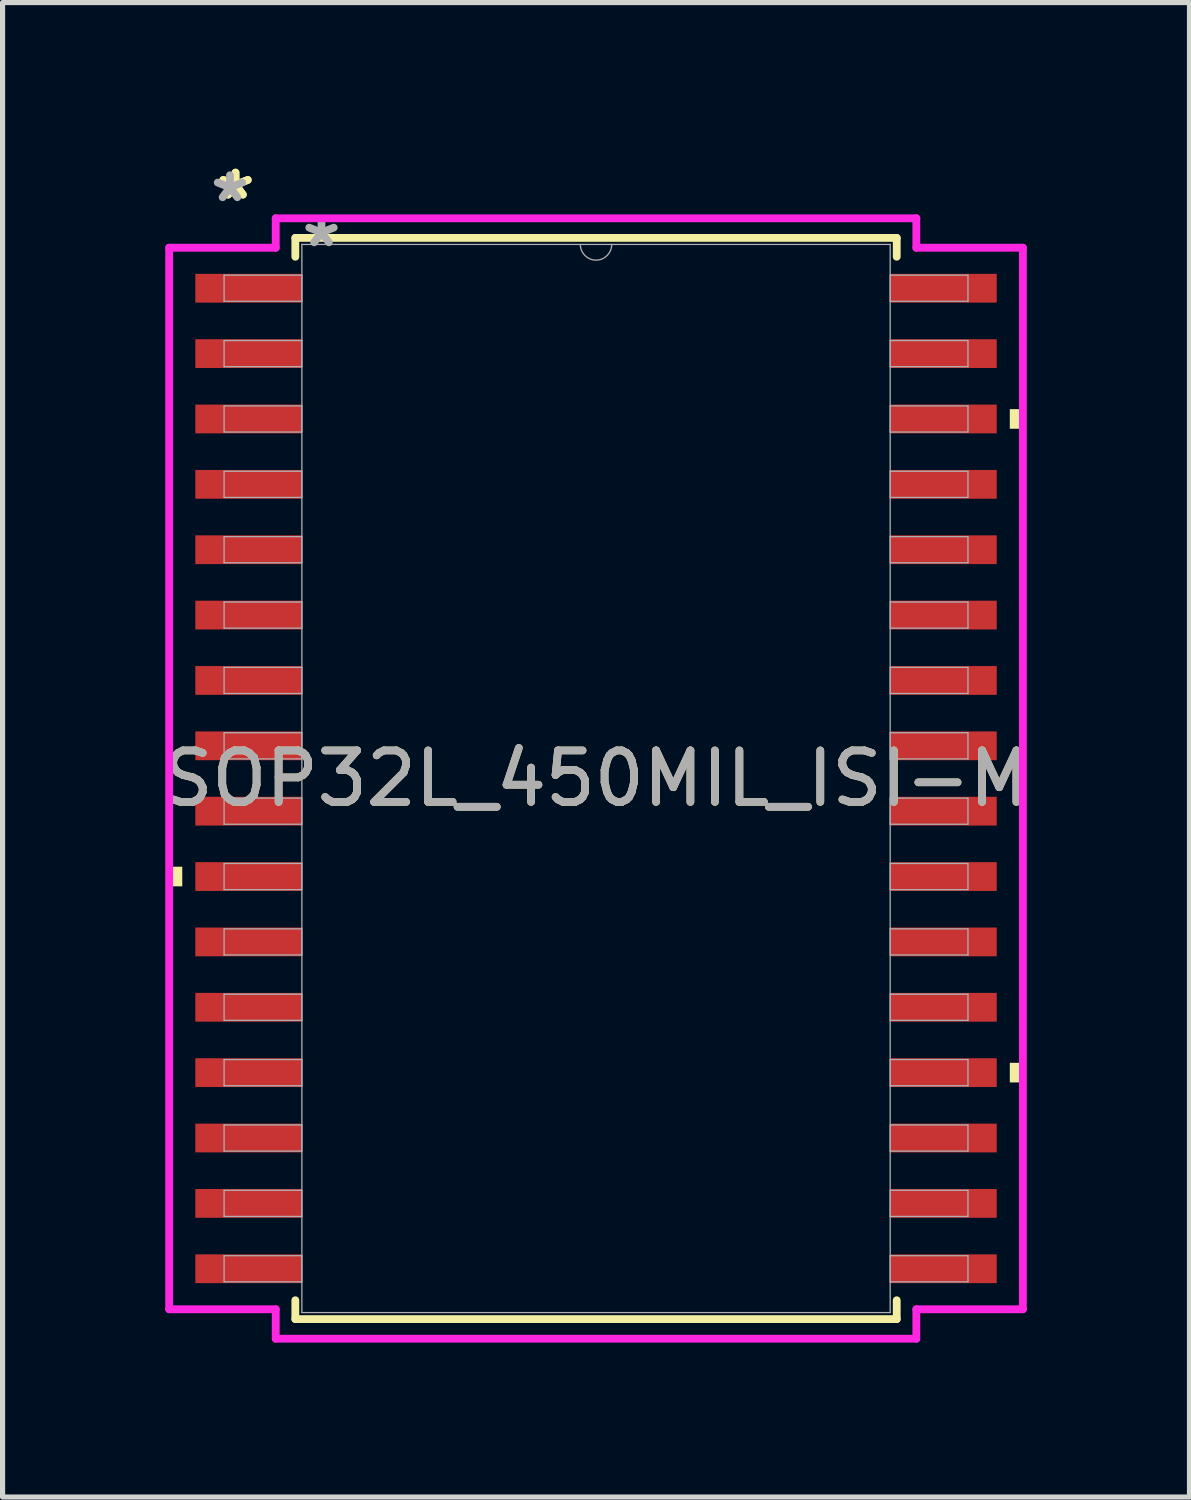
<source format=kicad_pcb>
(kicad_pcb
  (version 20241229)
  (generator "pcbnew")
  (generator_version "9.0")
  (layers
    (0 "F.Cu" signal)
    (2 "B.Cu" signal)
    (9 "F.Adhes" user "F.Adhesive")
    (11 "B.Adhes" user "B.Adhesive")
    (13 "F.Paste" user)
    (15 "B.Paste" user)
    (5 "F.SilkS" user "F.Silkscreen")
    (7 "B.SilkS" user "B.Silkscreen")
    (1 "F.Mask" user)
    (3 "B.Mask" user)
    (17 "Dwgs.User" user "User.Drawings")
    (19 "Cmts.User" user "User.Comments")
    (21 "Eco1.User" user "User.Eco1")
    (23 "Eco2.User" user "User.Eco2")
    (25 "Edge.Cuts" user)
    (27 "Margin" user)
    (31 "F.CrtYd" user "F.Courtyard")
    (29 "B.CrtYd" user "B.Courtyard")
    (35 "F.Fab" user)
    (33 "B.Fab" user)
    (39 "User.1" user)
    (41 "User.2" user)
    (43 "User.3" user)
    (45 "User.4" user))
  (footprint "SOP32L_450MIL_ISI-M"
    (layer "F.Cu")
    (at 8.53 12.075)
    (property "Reference" "SOP32L_450MIL_ISI-M" (at 0 0 0) (unlocked yes) (layer "F.SilkS") (effects (font (size 1 1) (thickness 0.15))))
    (attr smd)
    (fp_line (start -5.842 -10.503) (end -5.842 -10.137) (stroke (width 0.152) (type solid)) (layer "F.SilkS"))
    (fp_line (start -5.842 10.137) (end -5.842 10.503) (stroke (width 0.152) (type solid)) (layer "F.SilkS"))
    (fp_line (start -5.842 10.503) (end 5.842 10.503) (stroke (width 0.152) (type solid)) (layer "F.SilkS"))
    (fp_line (start 5.842 -10.503) (end -5.842 -10.503) (stroke (width 0.152) (type solid)) (layer "F.SilkS"))
    (fp_line (start 5.842 -10.137) (end 5.842 -10.503) (stroke (width 0.152) (type solid)) (layer "F.SilkS"))
    (fp_line (start 5.842 10.503) (end 5.842 10.137) (stroke (width 0.152) (type solid)) (layer "F.SilkS"))
    (fp_poly (pts (xy -8.293 1.714) (xy -8.293 2.095) (xy -8.039 2.095) (xy -8.039 1.714)) (stroke (width 0) (type solid)) (fill yes) (layer "F.SilkS"))
    (fp_poly (pts (xy 8.293 -7.176) (xy 8.293 -6.795) (xy 8.039 -6.795) (xy 8.039 -7.176)) (stroke (width 0) (type solid)) (fill yes) (layer "F.SilkS"))
    (fp_poly (pts (xy 8.293 5.524) (xy 8.293 5.905) (xy 8.039 5.905) (xy 8.039 5.524)) (stroke (width 0) (type solid)) (fill yes) (layer "F.SilkS"))
    (fp_line (start -8.293 -10.312) (end -6.223 -10.312) (stroke (width 0.152) (type solid)) (layer "F.CrtYd"))
    (fp_line (start -8.293 10.312) (end -8.293 -10.312) (stroke (width 0.152) (type solid)) (layer "F.CrtYd"))
    (fp_line (start -8.293 10.312) (end -6.223 10.312) (stroke (width 0.152) (type solid)) (layer "F.CrtYd"))
    (fp_line (start -6.223 -10.884) (end 6.223 -10.884) (stroke (width 0.152) (type solid)) (layer "F.CrtYd"))
    (fp_line (start -6.223 -10.312) (end -6.223 -10.884) (stroke (width 0.152) (type solid)) (layer "F.CrtYd"))
    (fp_line (start -6.223 10.884) (end -6.223 10.312) (stroke (width 0.152) (type solid)) (layer "F.CrtYd"))
    (fp_line (start 6.223 -10.884) (end 6.223 -10.312) (stroke (width 0.152) (type solid)) (layer "F.CrtYd"))
    (fp_line (start 6.223 10.312) (end 6.223 10.884) (stroke (width 0.152) (type solid)) (layer "F.CrtYd"))
    (fp_line (start 6.223 10.884) (end -6.223 10.884) (stroke (width 0.152) (type solid)) (layer "F.CrtYd"))
    (fp_line (start 8.293 -10.312) (end 6.223 -10.312) (stroke (width 0.152) (type solid)) (layer "F.CrtYd"))
    (fp_line (start 8.293 -10.312) (end 8.293 10.312) (stroke (width 0.152) (type solid)) (layer "F.CrtYd"))
    (fp_line (start 8.293 10.312) (end 6.223 10.312) (stroke (width 0.152) (type solid)) (layer "F.CrtYd"))
    (fp_line (start -7.226 -9.779) (end -7.226 -9.271) (stroke (width 0.025) (type solid)) (layer "F.Fab"))
    (fp_line (start -7.226 -9.271) (end -5.715 -9.271) (stroke (width 0.025) (type solid)) (layer "F.Fab"))
    (fp_line (start -7.226 -8.509) (end -7.226 -8.001) (stroke (width 0.025) (type solid)) (layer "F.Fab"))
    (fp_line (start -7.226 -8.001) (end -5.715 -8.001) (stroke (width 0.025) (type solid)) (layer "F.Fab"))
    (fp_line (start -7.226 -7.239) (end -7.226 -6.731) (stroke (width 0.025) (type solid)) (layer "F.Fab"))
    (fp_line (start -7.226 -6.731) (end -5.715 -6.731) (stroke (width 0.025) (type solid)) (layer "F.Fab"))
    (fp_line (start -7.226 -5.969) (end -7.226 -5.461) (stroke (width 0.025) (type solid)) (layer "F.Fab"))
    (fp_line (start -7.226 -5.461) (end -5.715 -5.461) (stroke (width 0.025) (type solid)) (layer "F.Fab"))
    (fp_line (start -7.226 -4.699) (end -7.226 -4.191) (stroke (width 0.025) (type solid)) (layer "F.Fab"))
    (fp_line (start -7.226 -4.191) (end -5.715 -4.191) (stroke (width 0.025) (type solid)) (layer "F.Fab"))
    (fp_line (start -7.226 -3.429) (end -7.226 -2.921) (stroke (width 0.025) (type solid)) (layer "F.Fab"))
    (fp_line (start -7.226 -2.921) (end -5.715 -2.921) (stroke (width 0.025) (type solid)) (layer "F.Fab"))
    (fp_line (start -7.226 -2.159) (end -7.226 -1.651) (stroke (width 0.025) (type solid)) (layer "F.Fab"))
    (fp_line (start -7.226 -1.651) (end -5.715 -1.651) (stroke (width 0.025) (type solid)) (layer "F.Fab"))
    (fp_line (start -7.226 -0.889) (end -7.226 -0.381) (stroke (width 0.025) (type solid)) (layer "F.Fab"))
    (fp_line (start -7.226 -0.381) (end -5.715 -0.381) (stroke (width 0.025) (type solid)) (layer "F.Fab"))
    (fp_line (start -7.226 0.381) (end -7.226 0.889) (stroke (width 0.025) (type solid)) (layer "F.Fab"))
    (fp_line (start -7.226 0.889) (end -5.715 0.889) (stroke (width 0.025) (type solid)) (layer "F.Fab"))
    (fp_line (start -7.226 1.651) (end -7.226 2.159) (stroke (width 0.025) (type solid)) (layer "F.Fab"))
    (fp_line (start -7.226 2.159) (end -5.715 2.159) (stroke (width 0.025) (type solid)) (layer "F.Fab"))
    (fp_line (start -7.226 2.921) (end -7.226 3.429) (stroke (width 0.025) (type solid)) (layer "F.Fab"))
    (fp_line (start -7.226 3.429) (end -5.715 3.429) (stroke (width 0.025) (type solid)) (layer "F.Fab"))
    (fp_line (start -7.226 4.191) (end -7.226 4.699) (stroke (width 0.025) (type solid)) (layer "F.Fab"))
    (fp_line (start -7.226 4.699) (end -5.715 4.699) (stroke (width 0.025) (type solid)) (layer "F.Fab"))
    (fp_line (start -7.226 5.461) (end -7.226 5.969) (stroke (width 0.025) (type solid)) (layer "F.Fab"))
    (fp_line (start -7.226 5.969) (end -5.715 5.969) (stroke (width 0.025) (type solid)) (layer "F.Fab"))
    (fp_line (start -7.226 6.731) (end -7.226 7.239) (stroke (width 0.025) (type solid)) (layer "F.Fab"))
    (fp_line (start -7.226 7.239) (end -5.715 7.239) (stroke (width 0.025) (type solid)) (layer "F.Fab"))
    (fp_line (start -7.226 8.001) (end -7.226 8.509) (stroke (width 0.025) (type solid)) (layer "F.Fab"))
    (fp_line (start -7.226 8.509) (end -5.715 8.509) (stroke (width 0.025) (type solid)) (layer "F.Fab"))
    (fp_line (start -7.226 9.271) (end -7.226 9.779) (stroke (width 0.025) (type solid)) (layer "F.Fab"))
    (fp_line (start -7.226 9.779) (end -5.715 9.779) (stroke (width 0.025) (type solid)) (layer "F.Fab"))
    (fp_line (start -5.715 -10.376) (end -5.715 10.376) (stroke (width 0.025) (type solid)) (layer "F.Fab"))
    (fp_line (start -5.715 -9.779) (end -7.226 -9.779) (stroke (width 0.025) (type solid)) (layer "F.Fab"))
    (fp_line (start -5.715 -9.271) (end -5.715 -9.779) (stroke (width 0.025) (type solid)) (layer "F.Fab"))
    (fp_line (start -5.715 -8.509) (end -7.226 -8.509) (stroke (width 0.025) (type solid)) (layer "F.Fab"))
    (fp_line (start -5.715 -8.001) (end -5.715 -8.509) (stroke (width 0.025) (type solid)) (layer "F.Fab"))
    (fp_line (start -5.715 -7.239) (end -7.226 -7.239) (stroke (width 0.025) (type solid)) (layer "F.Fab"))
    (fp_line (start -5.715 -6.731) (end -5.715 -7.239) (stroke (width 0.025) (type solid)) (layer "F.Fab"))
    (fp_line (start -5.715 -5.969) (end -7.226 -5.969) (stroke (width 0.025) (type solid)) (layer "F.Fab"))
    (fp_line (start -5.715 -5.461) (end -5.715 -5.969) (stroke (width 0.025) (type solid)) (layer "F.Fab"))
    (fp_line (start -5.715 -4.699) (end -7.226 -4.699) (stroke (width 0.025) (type solid)) (layer "F.Fab"))
    (fp_line (start -5.715 -4.191) (end -5.715 -4.699) (stroke (width 0.025) (type solid)) (layer "F.Fab"))
    (fp_line (start -5.715 -3.429) (end -7.226 -3.429) (stroke (width 0.025) (type solid)) (layer "F.Fab"))
    (fp_line (start -5.715 -2.921) (end -5.715 -3.429) (stroke (width 0.025) (type solid)) (layer "F.Fab"))
    (fp_line (start -5.715 -2.159) (end -7.226 -2.159) (stroke (width 0.025) (type solid)) (layer "F.Fab"))
    (fp_line (start -5.715 -1.651) (end -5.715 -2.159) (stroke (width 0.025) (type solid)) (layer "F.Fab"))
    (fp_line (start -5.715 -0.889) (end -7.226 -0.889) (stroke (width 0.025) (type solid)) (layer "F.Fab"))
    (fp_line (start -5.715 -0.381) (end -5.715 -0.889) (stroke (width 0.025) (type solid)) (layer "F.Fab"))
    (fp_line (start -5.715 0.381) (end -7.226 0.381) (stroke (width 0.025) (type solid)) (layer "F.Fab"))
    (fp_line (start -5.715 0.889) (end -5.715 0.381) (stroke (width 0.025) (type solid)) (layer "F.Fab"))
    (fp_line (start -5.715 1.651) (end -7.226 1.651) (stroke (width 0.025) (type solid)) (layer "F.Fab"))
    (fp_line (start -5.715 2.159) (end -5.715 1.651) (stroke (width 0.025) (type solid)) (layer "F.Fab"))
    (fp_line (start -5.715 2.921) (end -7.226 2.921) (stroke (width 0.025) (type solid)) (layer "F.Fab"))
    (fp_line (start -5.715 3.429) (end -5.715 2.921) (stroke (width 0.025) (type solid)) (layer "F.Fab"))
    (fp_line (start -5.715 4.191) (end -7.226 4.191) (stroke (width 0.025) (type solid)) (layer "F.Fab"))
    (fp_line (start -5.715 4.699) (end -5.715 4.191) (stroke (width 0.025) (type solid)) (layer "F.Fab"))
    (fp_line (start -5.715 5.461) (end -7.226 5.461) (stroke (width 0.025) (type solid)) (layer "F.Fab"))
    (fp_line (start -5.715 5.969) (end -5.715 5.461) (stroke (width 0.025) (type solid)) (layer "F.Fab"))
    (fp_line (start -5.715 6.731) (end -7.226 6.731) (stroke (width 0.025) (type solid)) (layer "F.Fab"))
    (fp_line (start -5.715 7.239) (end -5.715 6.731) (stroke (width 0.025) (type solid)) (layer "F.Fab"))
    (fp_line (start -5.715 8.001) (end -7.226 8.001) (stroke (width 0.025) (type solid)) (layer "F.Fab"))
    (fp_line (start -5.715 8.509) (end -5.715 8.001) (stroke (width 0.025) (type solid)) (layer "F.Fab"))
    (fp_line (start -5.715 9.271) (end -7.226 9.271) (stroke (width 0.025) (type solid)) (layer "F.Fab"))
    (fp_line (start -5.715 9.779) (end -5.715 9.271) (stroke (width 0.025) (type solid)) (layer "F.Fab"))
    (fp_line (start -5.715 10.376) (end 5.715 10.376) (stroke (width 0.025) (type solid)) (layer "F.Fab"))
    (fp_line (start 5.715 -10.376) (end -5.715 -10.376) (stroke (width 0.025) (type solid)) (layer "F.Fab"))
    (fp_line (start 5.715 -9.779) (end 5.715 -9.271) (stroke (width 0.025) (type solid)) (layer "F.Fab"))
    (fp_line (start 5.715 -9.271) (end 7.226 -9.271) (stroke (width 0.025) (type solid)) (layer "F.Fab"))
    (fp_line (start 5.715 -8.509) (end 5.715 -8.001) (stroke (width 0.025) (type solid)) (layer "F.Fab"))
    (fp_line (start 5.715 -8.001) (end 7.226 -8.001) (stroke (width 0.025) (type solid)) (layer "F.Fab"))
    (fp_line (start 5.715 -7.239) (end 5.715 -6.731) (stroke (width 0.025) (type solid)) (layer "F.Fab"))
    (fp_line (start 5.715 -6.731) (end 7.226 -6.731) (stroke (width 0.025) (type solid)) (layer "F.Fab"))
    (fp_line (start 5.715 -5.969) (end 5.715 -5.461) (stroke (width 0.025) (type solid)) (layer "F.Fab"))
    (fp_line (start 5.715 -5.461) (end 7.226 -5.461) (stroke (width 0.025) (type solid)) (layer "F.Fab"))
    (fp_line (start 5.715 -4.699) (end 5.715 -4.191) (stroke (width 0.025) (type solid)) (layer "F.Fab"))
    (fp_line (start 5.715 -4.191) (end 7.226 -4.191) (stroke (width 0.025) (type solid)) (layer "F.Fab"))
    (fp_line (start 5.715 -3.429) (end 5.715 -2.921) (stroke (width 0.025) (type solid)) (layer "F.Fab"))
    (fp_line (start 5.715 -2.921) (end 7.226 -2.921) (stroke (width 0.025) (type solid)) (layer "F.Fab"))
    (fp_line (start 5.715 -2.159) (end 5.715 -1.651) (stroke (width 0.025) (type solid)) (layer "F.Fab"))
    (fp_line (start 5.715 -1.651) (end 7.226 -1.651) (stroke (width 0.025) (type solid)) (layer "F.Fab"))
    (fp_line (start 5.715 -0.889) (end 5.715 -0.381) (stroke (width 0.025) (type solid)) (layer "F.Fab"))
    (fp_line (start 5.715 -0.381) (end 7.226 -0.381) (stroke (width 0.025) (type solid)) (layer "F.Fab"))
    (fp_line (start 5.715 0.381) (end 5.715 0.889) (stroke (width 0.025) (type solid)) (layer "F.Fab"))
    (fp_line (start 5.715 0.889) (end 7.226 0.889) (stroke (width 0.025) (type solid)) (layer "F.Fab"))
    (fp_line (start 5.715 1.651) (end 5.715 2.159) (stroke (width 0.025) (type solid)) (layer "F.Fab"))
    (fp_line (start 5.715 2.159) (end 7.226 2.159) (stroke (width 0.025) (type solid)) (layer "F.Fab"))
    (fp_line (start 5.715 2.921) (end 5.715 3.429) (stroke (width 0.025) (type solid)) (layer "F.Fab"))
    (fp_line (start 5.715 3.429) (end 7.226 3.429) (stroke (width 0.025) (type solid)) (layer "F.Fab"))
    (fp_line (start 5.715 4.191) (end 5.715 4.699) (stroke (width 0.025) (type solid)) (layer "F.Fab"))
    (fp_line (start 5.715 4.699) (end 7.226 4.699) (stroke (width 0.025) (type solid)) (layer "F.Fab"))
    (fp_line (start 5.715 5.461) (end 5.715 5.969) (stroke (width 0.025) (type solid)) (layer "F.Fab"))
    (fp_line (start 5.715 5.969) (end 7.226 5.969) (stroke (width 0.025) (type solid)) (layer "F.Fab"))
    (fp_line (start 5.715 6.731) (end 5.715 7.239) (stroke (width 0.025) (type solid)) (layer "F.Fab"))
    (fp_line (start 5.715 7.239) (end 7.226 7.239) (stroke (width 0.025) (type solid)) (layer "F.Fab"))
    (fp_line (start 5.715 8.001) (end 5.715 8.509) (stroke (width 0.025) (type solid)) (layer "F.Fab"))
    (fp_line (start 5.715 8.509) (end 7.226 8.509) (stroke (width 0.025) (type solid)) (layer "F.Fab"))
    (fp_line (start 5.715 9.271) (end 5.715 9.779) (stroke (width 0.025) (type solid)) (layer "F.Fab"))
    (fp_line (start 5.715 9.779) (end 7.226 9.779) (stroke (width 0.025) (type solid)) (layer "F.Fab"))
    (fp_line (start 5.715 10.376) (end 5.715 -10.376) (stroke (width 0.025) (type solid)) (layer "F.Fab"))
    (fp_line (start 7.226 -9.779) (end 5.715 -9.779) (stroke (width 0.025) (type solid)) (layer "F.Fab"))
    (fp_line (start 7.226 -9.271) (end 7.226 -9.779) (stroke (width 0.025) (type solid)) (layer "F.Fab"))
    (fp_line (start 7.226 -8.509) (end 5.715 -8.509) (stroke (width 0.025) (type solid)) (layer "F.Fab"))
    (fp_line (start 7.226 -8.001) (end 7.226 -8.509) (stroke (width 0.025) (type solid)) (layer "F.Fab"))
    (fp_line (start 7.226 -7.239) (end 5.715 -7.239) (stroke (width 0.025) (type solid)) (layer "F.Fab"))
    (fp_line (start 7.226 -6.731) (end 7.226 -7.239) (stroke (width 0.025) (type solid)) (layer "F.Fab"))
    (fp_line (start 7.226 -5.969) (end 5.715 -5.969) (stroke (width 0.025) (type solid)) (layer "F.Fab"))
    (fp_line (start 7.226 -5.461) (end 7.226 -5.969) (stroke (width 0.025) (type solid)) (layer "F.Fab"))
    (fp_line (start 7.226 -4.699) (end 5.715 -4.699) (stroke (width 0.025) (type solid)) (layer "F.Fab"))
    (fp_line (start 7.226 -4.191) (end 7.226 -4.699) (stroke (width 0.025) (type solid)) (layer "F.Fab"))
    (fp_line (start 7.226 -3.429) (end 5.715 -3.429) (stroke (width 0.025) (type solid)) (layer "F.Fab"))
    (fp_line (start 7.226 -2.921) (end 7.226 -3.429) (stroke (width 0.025) (type solid)) (layer "F.Fab"))
    (fp_line (start 7.226 -2.159) (end 5.715 -2.159) (stroke (width 0.025) (type solid)) (layer "F.Fab"))
    (fp_line (start 7.226 -1.651) (end 7.226 -2.159) (stroke (width 0.025) (type solid)) (layer "F.Fab"))
    (fp_line (start 7.226 -0.889) (end 5.715 -0.889) (stroke (width 0.025) (type solid)) (layer "F.Fab"))
    (fp_line (start 7.226 -0.381) (end 7.226 -0.889) (stroke (width 0.025) (type solid)) (layer "F.Fab"))
    (fp_line (start 7.226 0.381) (end 5.715 0.381) (stroke (width 0.025) (type solid)) (layer "F.Fab"))
    (fp_line (start 7.226 0.889) (end 7.226 0.381) (stroke (width 0.025) (type solid)) (layer "F.Fab"))
    (fp_line (start 7.226 1.651) (end 5.715 1.651) (stroke (width 0.025) (type solid)) (layer "F.Fab"))
    (fp_line (start 7.226 2.159) (end 7.226 1.651) (stroke (width 0.025) (type solid)) (layer "F.Fab"))
    (fp_line (start 7.226 2.921) (end 5.715 2.921) (stroke (width 0.025) (type solid)) (layer "F.Fab"))
    (fp_line (start 7.226 3.429) (end 7.226 2.921) (stroke (width 0.025) (type solid)) (layer "F.Fab"))
    (fp_line (start 7.226 4.191) (end 5.715 4.191) (stroke (width 0.025) (type solid)) (layer "F.Fab"))
    (fp_line (start 7.226 4.699) (end 7.226 4.191) (stroke (width 0.025) (type solid)) (layer "F.Fab"))
    (fp_line (start 7.226 5.461) (end 5.715 5.461) (stroke (width 0.025) (type solid)) (layer "F.Fab"))
    (fp_line (start 7.226 5.969) (end 7.226 5.461) (stroke (width 0.025) (type solid)) (layer "F.Fab"))
    (fp_line (start 7.226 6.731) (end 5.715 6.731) (stroke (width 0.025) (type solid)) (layer "F.Fab"))
    (fp_line (start 7.226 7.239) (end 7.226 6.731) (stroke (width 0.025) (type solid)) (layer "F.Fab"))
    (fp_line (start 7.226 8.001) (end 5.715 8.001) (stroke (width 0.025) (type solid)) (layer "F.Fab"))
    (fp_line (start 7.226 8.509) (end 7.226 8.001) (stroke (width 0.025) (type solid)) (layer "F.Fab"))
    (fp_line (start 7.226 9.271) (end 5.715 9.271) (stroke (width 0.025) (type solid)) (layer "F.Fab"))
    (fp_line (start 7.226 9.779) (end 7.226 9.271) (stroke (width 0.025) (type solid)) (layer "F.Fab"))
    (fp_arc (start 0.3048 -10.3759) (mid 0 -10.0711) (end -0.3048 -10.3759) (stroke (width 0.0254) (type solid)) (layer "F.Fab"))
    (fp_text user "*" (at -7.004 -11.227 0) (unlocked yes) (layer "F.SilkS") (effects (font (size 1 1) (thickness 0.15))))
    (fp_text user "*" (at -7.004 -11.227 0) (layer "F.SilkS") (effects (font (size 1 1) (thickness 0.15))))
    (fp_text user "*" (at -7.112 -11.176 0) (layer "F.Fab") (effects (font (size 1 1) (thickness 0.15))))
    (fp_text user "*" (at -5.334 -10.3 0) (unlocked yes) (layer "F.Fab") (effects (font (size 1 1) (thickness 0.15))))
    (fp_text user "${REFERENCE}" (at 0 0 0) (unlocked yes) (layer "F.Fab") (effects (font (size 1 1) (thickness 0.15))))
    (pad "1" smd rect (at -6.75 -9.525) (size 2.07 0.559) (layers "F.Cu" "F.Mask" "F.Paste"))
    (pad "2" smd rect (at -6.75 -8.255) (size 2.07 0.559) (layers "F.Cu" "F.Mask" "F.Paste"))
    (pad "3" smd rect (at -6.75 -6.985) (size 2.07 0.559) (layers "F.Cu" "F.Mask" "F.Paste"))
    (pad "4" smd rect (at -6.75 -5.715) (size 2.07 0.559) (layers "F.Cu" "F.Mask" "F.Paste"))
    (pad "5" smd rect (at -6.75 -4.445) (size 2.07 0.559) (layers "F.Cu" "F.Mask" "F.Paste"))
    (pad "6" smd rect (at -6.75 -3.175) (size 2.07 0.559) (layers "F.Cu" "F.Mask" "F.Paste"))
    (pad "7" smd rect (at -6.75 -1.905) (size 2.07 0.559) (layers "F.Cu" "F.Mask" "F.Paste"))
    (pad "8" smd rect (at -6.75 -0.635) (size 2.07 0.559) (layers "F.Cu" "F.Mask" "F.Paste"))
    (pad "9" smd rect (at -6.75 0.635) (size 2.07 0.559) (layers "F.Cu" "F.Mask" "F.Paste"))
    (pad "10" smd rect (at -6.75 1.905) (size 2.07 0.559) (layers "F.Cu" "F.Mask" "F.Paste"))
    (pad "11" smd rect (at -6.75 3.175) (size 2.07 0.559) (layers "F.Cu" "F.Mask" "F.Paste"))
    (pad "12" smd rect (at -6.75 4.445) (size 2.07 0.559) (layers "F.Cu" "F.Mask" "F.Paste"))
    (pad "13" smd rect (at -6.75 5.715) (size 2.07 0.559) (layers "F.Cu" "F.Mask" "F.Paste"))
    (pad "14" smd rect (at -6.75 6.985) (size 2.07 0.559) (layers "F.Cu" "F.Mask" "F.Paste"))
    (pad "15" smd rect (at -6.75 8.255) (size 2.07 0.559) (layers "F.Cu" "F.Mask" "F.Paste"))
    (pad "16" smd rect (at -6.75 9.525) (size 2.07 0.559) (layers "F.Cu" "F.Mask" "F.Paste"))
    (pad "17" smd rect (at 6.75 9.525) (size 2.07 0.559) (layers "F.Cu" "F.Mask" "F.Paste"))
    (pad "18" smd rect (at 6.75 8.255) (size 2.07 0.559) (layers "F.Cu" "F.Mask" "F.Paste"))
    (pad "19" smd rect (at 6.75 6.985) (size 2.07 0.559) (layers "F.Cu" "F.Mask" "F.Paste"))
    (pad "20" smd rect (at 6.75 5.715) (size 2.07 0.559) (layers "F.Cu" "F.Mask" "F.Paste"))
    (pad "21" smd rect (at 6.75 4.445) (size 2.07 0.559) (layers "F.Cu" "F.Mask" "F.Paste"))
    (pad "22" smd rect (at 6.75 3.175) (size 2.07 0.559) (layers "F.Cu" "F.Mask" "F.Paste"))
    (pad "23" smd rect (at 6.75 1.905) (size 2.07 0.559) (layers "F.Cu" "F.Mask" "F.Paste"))
    (pad "24" smd rect (at 6.75 0.635) (size 2.07 0.559) (layers "F.Cu" "F.Mask" "F.Paste"))
    (pad "25" smd rect (at 6.75 -0.635) (size 2.07 0.559) (layers "F.Cu" "F.Mask" "F.Paste"))
    (pad "26" smd rect (at 6.75 -1.905) (size 2.07 0.559) (layers "F.Cu" "F.Mask" "F.Paste"))
    (pad "27" smd rect (at 6.75 -3.175) (size 2.07 0.559) (layers "F.Cu" "F.Mask" "F.Paste"))
    (pad "28" smd rect (at 6.75 -4.445) (size 2.07 0.559) (layers "F.Cu" "F.Mask" "F.Paste"))
    (pad "29" smd rect (at 6.75 -5.715) (size 2.07 0.559) (layers "F.Cu" "F.Mask" "F.Paste"))
    (pad "30" smd rect (at 6.75 -6.985) (size 2.07 0.559) (layers "F.Cu" "F.Mask" "F.Paste"))
    (pad "31" smd rect (at 6.75 -8.255) (size 2.07 0.559) (layers "F.Cu" "F.Mask" "F.Paste"))
    (pad "32" smd rect (at 6.75 -9.525) (size 2.07 0.559) (layers "F.Cu" "F.Mask" "F.Paste")))
  (gr_rect
    (start -3 -3)
    (end 20.06 26.035)
    (stroke (width 0.1) (type default))
    (fill no)
    (layer "Edge.Cuts")))
</source>
